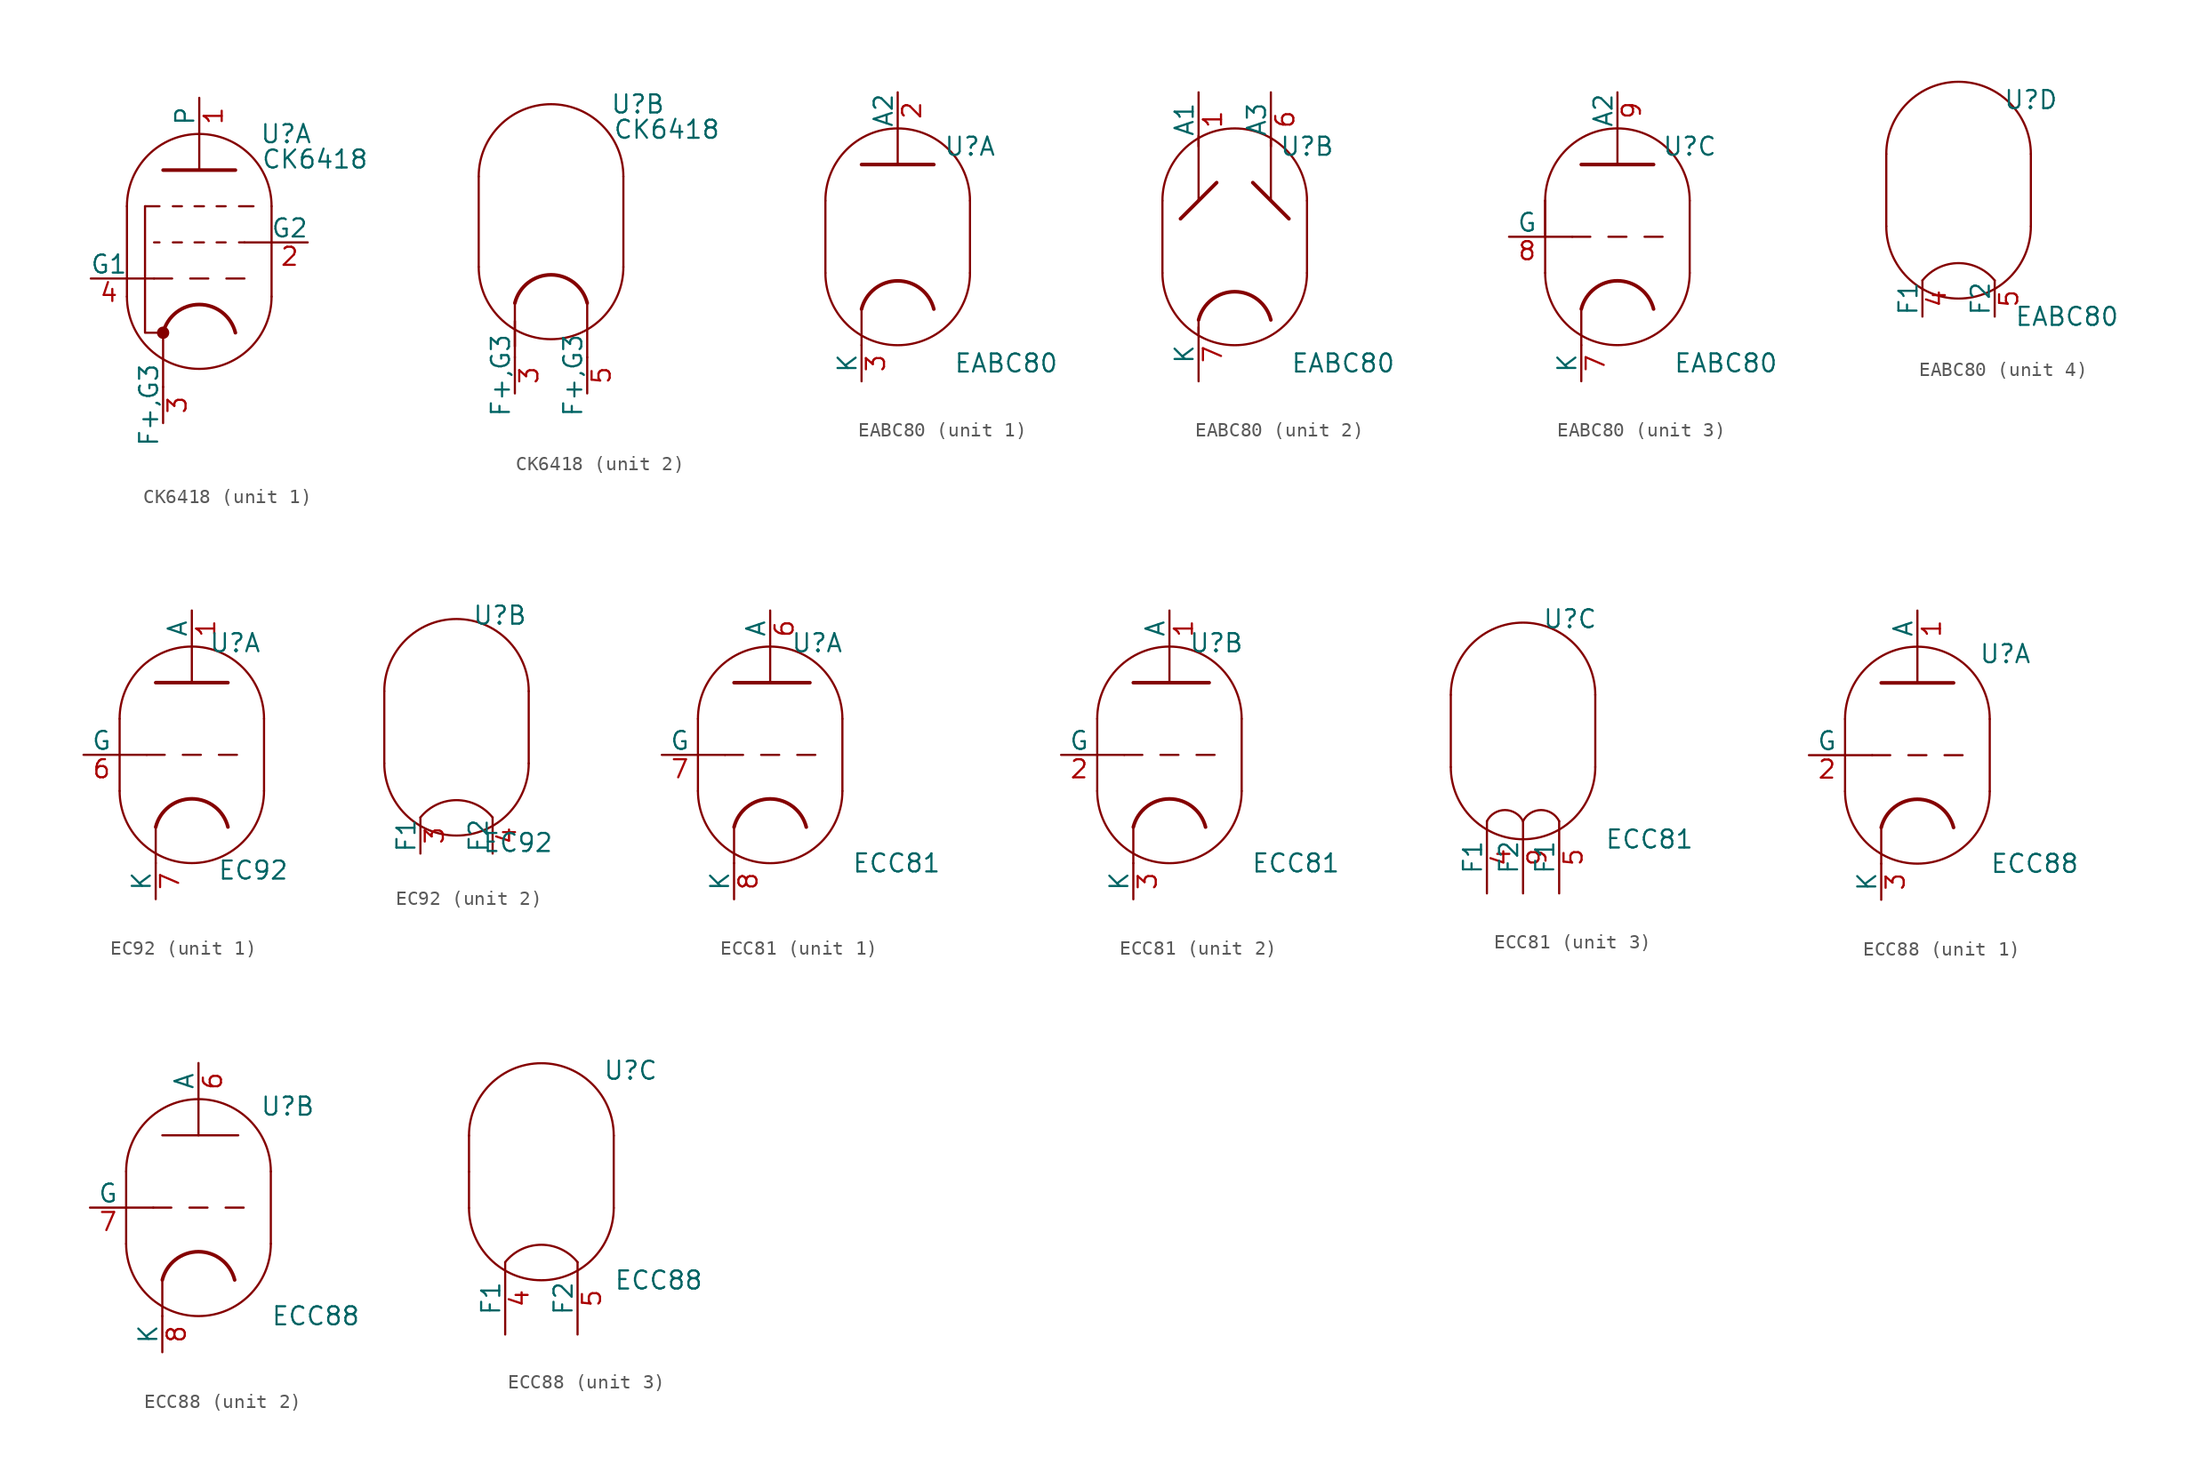
<source format=kicad_sym>
(kicad_symbol_lib
  (version 20201005)
  (generator kicad_symbol_editor)
  (symbol "Valve:CK6418"
    (pin_names
      (offset 0))
    (property "Reference" "U"
      (at 6.096 10.16 0)
      (effects (font (size 1.27 1.27))))
    (property "Value" "CK6418"
      (at 8.128 8.382 0)
      (effects (font (size 1.27 1.27))))
    (property "ki_locked" ""
      (at 0 0 0)
      (effects (font (size 1.27 1.27))))
    (symbol "CK6418_0_1"
      (arc (start 2.54 -3.81) (end -2.54 -3.81) (radius (at 0 -4.445) (length 2.6162) (angles 14.2 165.9)) (stroke (width 0.254)) (fill (type none)))
      (arc (start -5.08 -1.27) (end 5.08 -1.27) (radius (at 0 -1.27) (length 5.08) (angles -179.9 -0.1)) (stroke (width 0)) (fill (type none)))
      (arc (start 5.08 5.08) (end -5.08 5.08) (radius (at 0 5.08) (length 5.08) (angles 0.1 179.9)) (stroke (width 0)) (fill (type none)))
      (polyline (pts (xy -2.54 -7.62) (xy -2.54 -3.81)) (stroke (width 0)) (fill (type none)))
      (polyline (pts (xy -5.08 5.08) (xy -5.08 -1.27) (xy -5.08 -1.27)) (stroke (width 0)) (fill (type none)))
      (polyline (pts (xy 5.08 -1.27) (xy 5.08 5.08) (xy 5.08 5.08)) (stroke (width 0)) (fill (type none)))
      (pin power_in line (at -2.54 -10.16 90) (length 2.54) (name "F+,G3" (effects (font (size 1.27 1.27)))) (number "3" (effects (font (size 1.27 1.27))))))
    (symbol "CK6418_1_0"
      (polyline (pts (xy -5.08 0) (xy -3.175 0)) (stroke (width 0)) (fill (type none)))
      (polyline (pts (xy -0.635 0) (xy 0.635 0)) (stroke (width 0.152)) (fill (type none)))
      (polyline (pts (xy 0 7.62) (xy 0 10.16)) (stroke (width 0)) (fill (type none)))
      (polyline (pts (xy 1.905 0) (xy 3.175 0)) (stroke (width 0.152)) (fill (type none)))
      (polyline (pts (xy 3.175 2.54) (xy 5.08 2.54)) (stroke (width 0)) (fill (type none))))
    (symbol "CK6418_1_1"
      (circle (center -2.54 -3.81) (radius 0.356) (stroke (width 0)) (fill (type outline)))
      (polyline (pts (xy -3.81 5.08) (xy -2.794 5.08)) (stroke (width 0.152)) (fill (type none)))
      (polyline (pts (xy -3.175 2.54) (xy -2.794 2.54)) (stroke (width 0.152)) (fill (type none)))
      (polyline (pts (xy -1.905 0) (xy -3.175 0)) (stroke (width 0.152)) (fill (type none)))
      (polyline (pts (xy -1.854 2.54) (xy -1.219 2.54)) (stroke (width 0.152)) (fill (type none)))
      (polyline (pts (xy -1.854 5.08) (xy -1.219 5.08)) (stroke (width 0.152)) (fill (type none)))
      (polyline (pts (xy -0.33 2.54) (xy 0.33 2.54)) (stroke (width 0.152)) (fill (type none)))
      (polyline (pts (xy -0.33 5.08) (xy 0.33 5.08)) (stroke (width 0.152)) (fill (type none)))
      (polyline (pts (xy 1.219 2.54) (xy 1.854 2.54)) (stroke (width 0.152)) (fill (type none)))
      (polyline (pts (xy 1.219 5.08) (xy 1.854 5.08)) (stroke (width 0.152)) (fill (type none)))
      (polyline (pts (xy 2.794 2.54) (xy 3.175 2.54)) (stroke (width 0.152)) (fill (type none)))
      (polyline (pts (xy 3.81 5.08) (xy 2.794 5.08)) (stroke (width 0.152)) (fill (type none)))
      (polyline (pts (xy -3.81 5.08) (xy -3.81 -3.81) (xy -2.54 -3.81)) (stroke (width 0)) (fill (type none)))
      (polyline (pts (xy -2.54 7.62) (xy 2.54 7.62) (xy 2.54 7.62)) (stroke (width 0.254)) (fill (type none)))
      (pin output line (at 0 12.7 270) (length 2.54) (name "P" (effects (font (size 1.27 1.27)))) (number "1" (effects (font (size 1.27 1.27)))))
      (pin input line (at 7.62 2.54 180) (length 2.54) (name "G2" (effects (font (size 1.27 1.27)))) (number "2" (effects (font (size 1.27 1.27)))))
      (pin input line (at -7.62 0 0) (length 2.54) (name "G1" (effects (font (size 1.27 1.27)))) (number "4" (effects (font (size 1.27 1.27))))))
    (symbol "CK6418_2_1"
      (polyline (pts (xy 2.54 -7.62) (xy 2.54 -3.81)) (stroke (width 0)) (fill (type none)))
      (polyline (pts (xy -2.54 -6.858) (xy -2.54 -5.08) (xy -2.54 -5.08)) (stroke (width 0)) (fill (type none)))
      (pin power_in line (at 2.54 -10.16 90) (length 2.54) (name "F+,G3" (effects (font (size 1.27 1.27)))) (number "5" (effects (font (size 1.27 1.27)))))))
  (symbol "Valve:EABC80"
    (pin_names
      (offset 0))
    (property "Reference" "U"
      (at 5.08 6.35 0)
      (effects (font (size 1.27 1.27))))
    (property "Value" "EABC80"
      (at 7.62 -8.89 0)
      (effects (font (size 1.27 1.27))))
    (property "ki_locked" ""
      (at 0 0 0)
      (effects (font (size 1.27 1.27))))
    (symbol "EABC80_0_1"
      (arc (start -5.08 -2.54) (end 5.08 -2.54) (radius (at 0 -2.54) (length 5.08) (angles -179.9 -0.1)) (stroke (width 0)) (fill (type none)))
      (arc (start 5.08 2.54) (end -5.08 2.54) (radius (at 0 2.54) (length 5.08) (angles 0.1 179.9)) (stroke (width 0)) (fill (type none)))
      (polyline (pts (xy 5.08 2.54) (xy 5.08 -2.54)) (stroke (width 0)) (fill (type none)))
      (polyline (pts (xy -5.08 2.54) (xy -5.08 -2.54) (xy -5.08 -2.54)) (stroke (width 0)) (fill (type none))))
    (symbol "EABC80_1_0"
      (polyline (pts (xy -2.54 -5.08) (xy -2.54 -7.62)) (stroke (width 0)) (fill (type none)))
      (polyline (pts (xy 0 5.08) (xy 0 7.62)) (stroke (width 0)) (fill (type none))))
    (symbol "EABC80_1_1"
      (arc (start 2.54 -5.08) (end -2.54 -5.08) (radius (at 0 -5.715) (length 2.6162) (angles 14.2 165.9)) (stroke (width 0.254)) (fill (type none)))
      (polyline (pts (xy -2.54 5.08) (xy 2.54 5.08) (xy 2.54 5.08) (xy 2.54 5.08)) (stroke (width 0.254)) (fill (type none)))
      (pin output line (at 0 10.16 270) (length 2.54) (name "A2" (effects (font (size 1.27 1.27)))) (number "2" (effects (font (size 1.27 1.27)))))
      (pin input line (at -2.54 -10.16 90) (length 2.54) (name "K" (effects (font (size 1.27 1.27)))) (number "3" (effects (font (size 1.27 1.27))))))
    (symbol "EABC80_2_1"
      (arc (start 2.54 -5.842) (end -2.54 -5.842) (radius (at 0 -6.477) (length 2.6162) (angles 14.2 165.9)) (stroke (width 0.254)) (fill (type none)))
      (polyline (pts (xy -2.54 -6.858) (xy -2.54 -5.842) (xy -2.54 -5.842)) (stroke (width 0)) (fill (type none)))
      (polyline (pts (xy -2.54 7.112) (xy -2.54 2.54) (xy -2.54 2.54)) (stroke (width 0)) (fill (type none)))
      (polyline (pts (xy 1.27 3.81) (xy 3.81 1.27) (xy 3.81 1.27)) (stroke (width 0.254)) (fill (type none)))
      (polyline (pts (xy 2.54 6.858) (xy 2.54 2.54) (xy 2.54 2.54)) (stroke (width 0)) (fill (type none)))
      (polyline (pts (xy -3.81 1.27) (xy -1.27 3.81) (xy -1.27 3.81) (xy -1.27 3.81)) (stroke (width 0.254)) (fill (type none)))
      (pin input line (at -2.54 10.16 270) (length 3.81) (name "A1" (effects (font (size 1.27 1.27)))) (number "1" (effects (font (size 1.27 1.27)))))
      (pin output line (at 2.54 10.16 270) (length 3.81) (name "A3" (effects (font (size 1.27 1.27)))) (number "6" (effects (font (size 1.27 1.27)))))
      (pin input line (at -2.54 -10.16 90) (length 3.81) (name "K" (effects (font (size 1.27 1.27)))) (number "7" (effects (font (size 1.27 1.27))))))
    (symbol "EABC80_3_0"
      (polyline (pts (xy -5.08 0) (xy -3.175 0)) (stroke (width 0)) (fill (type none)))
      (polyline (pts (xy -5.08 2.54) (xy -5.08 0)) (stroke (width 0)) (fill (type none)))
      (polyline (pts (xy -2.54 -5.08) (xy -2.54 -7.62)) (stroke (width 0)) (fill (type none)))
      (polyline (pts (xy 0 5.08) (xy 0 7.62)) (stroke (width 0)) (fill (type none))))
    (symbol "EABC80_3_1"
      (arc (start 2.54 -5.08) (end -2.54 -5.08) (radius (at 0 -5.715) (length 2.6162) (angles 14.2 165.9)) (stroke (width 0.254)) (fill (type none)))
      (polyline (pts (xy -1.905 0) (xy -3.175 0)) (stroke (width 0.152)) (fill (type none)))
      (polyline (pts (xy -0.635 0) (xy 0.635 0)) (stroke (width 0.152)) (fill (type none)))
      (polyline (pts (xy 1.905 0) (xy 3.175 0)) (stroke (width 0.152)) (fill (type none)))
      (polyline (pts (xy -2.54 5.08) (xy 2.54 5.08) (xy 2.54 5.08)) (stroke (width 0.254)) (fill (type none)))
      (pin input line (at -2.54 -10.16 90) (length 2.54) (name "K" (effects (font (size 1.27 1.27)))) (number "7" (effects (font (size 1.27 1.27)))))
      (pin input line (at -7.62 0 0) (length 2.54) (name "G" (effects (font (size 1.27 1.27)))) (number "8" (effects (font (size 1.27 1.27)))))
      (pin output line (at 0 10.16 270) (length 2.54) (name "A2" (effects (font (size 1.27 1.27)))) (number "9" (effects (font (size 1.27 1.27))))))
    (symbol "EABC80_4_1"
      (arc (start -2.54 -6.35) (end 2.54 -6.35) (radius (at 0 -8.382) (length 3.2512) (angles 141.3 38.6)) (stroke (width 0)) (fill (type none)))
      (pin input line (at -2.54 -8.89 90) (length 2.54) (name "F1" (effects (font (size 1.27 1.27)))) (number "4" (effects (font (size 1.27 1.27)))))
      (pin input line (at 2.54 -8.89 90) (length 2.54) (name "F2" (effects (font (size 1.27 1.27)))) (number "5" (effects (font (size 1.27 1.27)))))))
  (symbol "Valve:EC92"
    (pin_names
      (offset 0))
    (property "Reference" "U"
      (at 3.048 7.874 0)
      (effects (font (size 1.27 1.27))))
    (property "Value" "EC92"
      (at 4.318 -8.128 0)
      (effects (font (size 1.27 1.27))))
    (property "ki_locked" ""
      (at 0 0 0)
      (effects (font (size 1.27 1.27))))
    (symbol "EC92_0_1"
      (arc (start -5.08 -2.54) (end 5.08 -2.54) (radius (at 0 -2.54) (length 5.08) (angles -179.9 -0.1)) (stroke (width 0)) (fill (type none)))
      (arc (start 5.08 2.54) (end -5.08 2.54) (radius (at 0 2.54) (length 5.08) (angles 0.1 179.9)) (stroke (width 0)) (fill (type none)))
      (polyline (pts (xy 5.08 2.54) (xy 5.08 -2.54)) (stroke (width 0)) (fill (type none)))
      (polyline (pts (xy -5.08 2.54) (xy -5.08 -2.54) (xy -5.08 -2.54)) (stroke (width 0)) (fill (type none))))
    (symbol "EC92_1_0"
      (polyline (pts (xy -2.54 -5.08) (xy -2.54 -7.62)) (stroke (width 0)) (fill (type none)))
      (polyline (pts (xy -1.905 0) (xy -3.175 0)) (stroke (width 0.152)) (fill (type none)))
      (polyline (pts (xy -0.635 0) (xy 0.635 0)) (stroke (width 0.152)) (fill (type none)))
      (polyline (pts (xy 0 5.08) (xy 0 7.62)) (stroke (width 0)) (fill (type none)))
      (polyline (pts (xy 1.905 0) (xy 3.175 0)) (stroke (width 0.152)) (fill (type none))))
    (symbol "EC92_1_1"
      (arc (start 2.54 -5.08) (end -2.54 -5.08) (radius (at 0 -5.715) (length 2.6162) (angles 14.2 165.9)) (stroke (width 0.254)) (fill (type none)))
      (polyline (pts (xy -5.08 0) (xy -3.175 0)) (stroke (width 0)) (fill (type none)))
      (polyline (pts (xy -2.54 5.08) (xy 2.54 5.08) (xy 2.54 5.08)) (stroke (width 0.254)) (fill (type none)))
      (pin output line (at 0 10.16 270) (length 2.54) (name "A" (effects (font (size 1.27 1.27)))) (number "1" (effects (font (size 1.27 1.27)))))
      (pin input line (at -7.62 0 0) (length 2.54) (name "G" (effects (font (size 1.27 1.27)))) (number "6" (effects (font (size 1.27 1.27)))))
      (pin bidirectional line (at -2.54 -10.16 90) (length 2.54) (name "K" (effects (font (size 1.27 1.27)))) (number "7" (effects (font (size 1.27 1.27))))))
    (symbol "EC92_2_1"
      (arc (start 2.54 -6.35) (end -2.54 -6.35) (radius (at 0 -8.382) (length 3.2512) (angles 38.6 141.3)) (stroke (width 0)) (fill (type none)))
      (pin power_in line (at -2.54 -8.89 90) (length 2.54) (name "F1" (effects (font (size 1.27 1.27)))) (number "3" (effects (font (size 1.27 1.27)))))
      (pin power_in line (at 2.54 -8.89 90) (length 2.54) (name "F2" (effects (font (size 1.27 1.27)))) (number "4" (effects (font (size 1.27 1.27)))))))
  (symbol "Valve:ECC81"
    (pin_names
      (offset 0))
    (property "Reference" "U"
      (at 3.302 7.874 0)
      (effects (font (size 1.27 1.27))))
    (property "Value" "ECC81"
      (at 8.89 -7.62 0)
      (effects (font (size 1.27 1.27))))
    (property "ki_locked" ""
      (at 0 0 0)
      (effects (font (size 1.27 1.27))))
    (symbol "ECC81_0_1"
      (arc (start -5.08 -2.54) (end 5.08 -2.54) (radius (at 0 -2.54) (length 5.08) (angles -179.9 -0.1)) (stroke (width 0)) (fill (type none)))
      (arc (start 5.08 2.54) (end -5.08 2.54) (radius (at 0 2.54) (length 5.08) (angles 0.1 179.9)) (stroke (width 0)) (fill (type none)))
      (polyline (pts (xy 5.08 2.54) (xy 5.08 -2.54)) (stroke (width 0)) (fill (type none)))
      (polyline (pts (xy -5.08 2.54) (xy -5.08 -2.54) (xy -5.08 -2.54)) (stroke (width 0)) (fill (type none))))
    (symbol "ECC81_1_0"
      (polyline (pts (xy -2.54 -5.08) (xy -2.54 -7.62)) (stroke (width 0)) (fill (type none)))
      (polyline (pts (xy 0 5.08) (xy 0 7.62)) (stroke (width 0)) (fill (type none))))
    (symbol "ECC81_1_1"
      (arc (start 2.54 -5.08) (end -2.54 -5.08) (radius (at 0 -5.715) (length 2.6162) (angles 14.2 165.9)) (stroke (width 0.254)) (fill (type none)))
      (polyline (pts (xy -5.08 0) (xy -3.175 0)) (stroke (width 0)) (fill (type none)))
      (polyline (pts (xy -1.905 0) (xy -3.175 0)) (stroke (width 0.152)) (fill (type none)))
      (polyline (pts (xy -0.635 0) (xy 0.635 0)) (stroke (width 0.152)) (fill (type none)))
      (polyline (pts (xy 1.905 0) (xy 3.175 0)) (stroke (width 0.152)) (fill (type none)))
      (polyline (pts (xy -2.54 5.08) (xy 2.794 5.08) (xy 2.794 5.08)) (stroke (width 0.254)) (fill (type none)))
      (pin output line (at 0 10.16 270) (length 2.54) (name "A" (effects (font (size 1.27 1.27)))) (number "6" (effects (font (size 1.27 1.27)))))
      (pin input line (at -7.62 0 0) (length 2.54) (name "G" (effects (font (size 1.27 1.27)))) (number "7" (effects (font (size 1.27 1.27)))))
      (pin bidirectional line (at -2.54 -10.16 90) (length 2.54) (name "K" (effects (font (size 1.27 1.27)))) (number "8" (effects (font (size 1.27 1.27))))))
    (symbol "ECC81_2_0"
      (polyline (pts (xy -2.54 -5.08) (xy -2.54 -7.62)) (stroke (width 0)) (fill (type none)))
      (polyline (pts (xy 0 5.08) (xy 0 7.62)) (stroke (width 0)) (fill (type none))))
    (symbol "ECC81_2_1"
      (arc (start 2.54 -5.08) (end -2.54 -5.08) (radius (at 0 -5.715) (length 2.6162) (angles 14.2 165.9)) (stroke (width 0.254)) (fill (type none)))
      (polyline (pts (xy -5.08 0) (xy -3.175 0)) (stroke (width 0)) (fill (type none)))
      (polyline (pts (xy -1.905 0) (xy -3.175 0)) (stroke (width 0.152)) (fill (type none)))
      (polyline (pts (xy -0.635 0) (xy 0.635 0)) (stroke (width 0.152)) (fill (type none)))
      (polyline (pts (xy 1.905 0) (xy 3.175 0)) (stroke (width 0.152)) (fill (type none)))
      (polyline (pts (xy -2.54 5.08) (xy 2.794 5.08) (xy 2.794 5.08)) (stroke (width 0.254)) (fill (type none)))
      (pin output line (at 0 10.16 270) (length 2.54) (name "A" (effects (font (size 1.27 1.27)))) (number "1" (effects (font (size 1.27 1.27)))))
      (pin input line (at -7.62 0 0) (length 2.54) (name "G" (effects (font (size 1.27 1.27)))) (number "2" (effects (font (size 1.27 1.27)))))
      (pin bidirectional line (at -2.54 -10.16 90) (length 2.54) (name "K" (effects (font (size 1.27 1.27)))) (number "3" (effects (font (size 1.27 1.27))))))
    (symbol "ECC81_3_1"
      (arc (start 0 -6.35) (end -2.54 -6.35) (radius (at -1.27 -6.985) (length 1.397) (angles 26.5 153.4)) (stroke (width 0)) (fill (type none)))
      (arc (start 2.54 -6.35) (end 0 -6.35) (radius (at 1.27 -6.985) (length 1.397) (angles 26.5 153.4)) (stroke (width 0)) (fill (type none)))
      (pin power_in line (at -2.54 -11.43 90) (length 5.08) (name "F1" (effects (font (size 1.27 1.27)))) (number "4" (effects (font (size 1.27 1.27)))))
      (pin power_in line (at 2.54 -11.43 90) (length 5.08) (name "F1" (effects (font (size 1.27 1.27)))) (number "5" (effects (font (size 1.27 1.27)))))
      (pin power_in line (at 0 -11.43 90) (length 5.08) (name "F2" (effects (font (size 1.27 1.27)))) (number "9" (effects (font (size 1.27 1.27)))))))
  (symbol "Valve:ECC88"
    (pin_names
      (offset 0))
    (property "Reference" "U"
      (at 4.318 7.112 0)
      (effects (font (size 1.27 1.27)) (justify left)))
    (property "Value" "ECC88"
      (at 5.08 -7.62 0)
      (effects (font (size 1.27 1.27)) (justify left)))
    (property "ki_locked" ""
      (at 0 0 0)
      (effects (font (size 1.27 1.27))))
    (symbol "ECC88_0_1"
      (arc (start -5.08 -2.54) (end 5.08 -2.54) (radius (at 0 -2.54) (length 5.08) (angles -179.9 -0.1)) (stroke (width 0)) (fill (type none)))
      (arc (start 5.08 2.54) (end -5.08 2.54) (radius (at 0 2.54) (length 5.08) (angles 0.1 179.9)) (stroke (width 0)) (fill (type none)))
      (polyline (pts (xy -5.08 0) (xy -5.08 -2.54)) (stroke (width 0)) (fill (type none)))
      (polyline (pts (xy -5.08 2.54) (xy -5.08 0)) (stroke (width 0)) (fill (type none)))
      (polyline (pts (xy 5.08 2.54) (xy 5.08 -2.54)) (stroke (width 0)) (fill (type none))))
    (symbol "ECC88_1_0"
      (polyline (pts (xy -2.54 -5.08) (xy -2.54 -7.62)) (stroke (width 0)) (fill (type none)))
      (polyline (pts (xy 0 5.08) (xy 0 7.62)) (stroke (width 0)) (fill (type none))))
    (symbol "ECC88_1_1"
      (arc (start 2.54 -5.08) (end -2.54 -5.08) (radius (at 0 -5.715) (length 2.6162) (angles 14.2 165.9)) (stroke (width 0.254)) (fill (type none)))
      (polyline (pts (xy -5.08 0) (xy -3.175 0)) (stroke (width 0)) (fill (type none)))
      (polyline (pts (xy -1.905 0) (xy -3.175 0)) (stroke (width 0.152)) (fill (type none)))
      (polyline (pts (xy -0.635 0) (xy 0.635 0)) (stroke (width 0.152)) (fill (type none)))
      (polyline (pts (xy 1.905 0) (xy 3.175 0)) (stroke (width 0.152)) (fill (type none)))
      (polyline (pts (xy -2.54 5.08) (xy 2.54 5.08) (xy 2.54 5.08)) (stroke (width 0.254)) (fill (type none)))
      (pin output line (at 0 10.16 270) (length 2.54) (name "A" (effects (font (size 1.27 1.27)))) (number "1" (effects (font (size 1.27 1.27)))))
      (pin input line (at -7.62 0 0) (length 2.54) (name "G" (effects (font (size 1.27 1.27)))) (number "2" (effects (font (size 1.27 1.27)))))
      (pin bidirectional line (at -2.54 -10.16 90) (length 2.54) (name "K" (effects (font (size 1.27 1.27)))) (number "3" (effects (font (size 1.27 1.27))))))
    (symbol "ECC88_2_0"
      (polyline (pts (xy -5.08 0) (xy -3.175 0)) (stroke (width 0)) (fill (type none)))
      (polyline (pts (xy -2.54 -5.08) (xy -2.54 -7.62)) (stroke (width 0)) (fill (type none)))
      (polyline (pts (xy -1.905 0) (xy -3.175 0)) (stroke (width 0.152)) (fill (type none)))
      (polyline (pts (xy -0.635 0) (xy 0.635 0)) (stroke (width 0.152)) (fill (type none)))
      (polyline (pts (xy 0 5.08) (xy 0 7.62)) (stroke (width 0)) (fill (type none)))
      (polyline (pts (xy 1.905 0) (xy 3.175 0)) (stroke (width 0.152)) (fill (type none)))
      (polyline (pts (xy 2.794 5.08) (xy -2.54 5.08) (xy -2.54 5.08)) (stroke (width 0.152)) (fill (type none))))
    (symbol "ECC88_2_1"
      (arc (start 2.54 -5.08) (end -2.54 -5.08) (radius (at 0 -5.715) (length 2.6162) (angles 14.2 165.9)) (stroke (width 0.254)) (fill (type none)))
      (pin output line (at 0 10.16 270) (length 2.54) (name "A" (effects (font (size 1.27 1.27)))) (number "6" (effects (font (size 1.27 1.27)))))
      (pin input line (at -7.62 0 0) (length 2.54) (name "G" (effects (font (size 1.27 1.27)))) (number "7" (effects (font (size 1.27 1.27)))))
      (pin bidirectional line (at -2.54 -10.16 90) (length 2.54) (name "K" (effects (font (size 1.27 1.27)))) (number "8" (effects (font (size 1.27 1.27))))))
    (symbol "ECC88_3_1"
      (arc (start 2.54 -6.35) (end -2.54 -6.35) (radius (at 0 -8.382) (length 3.2512) (angles 38.6 141.3)) (stroke (width 0)) (fill (type none)))
      (pin power_in line (at -2.54 -11.43 90) (length 5.08) (name "F1" (effects (font (size 1.27 1.27)))) (number "4" (effects (font (size 1.27 1.27)))))
      (pin power_in line (at 2.54 -11.43 90) (length 5.08) (name "F2" (effects (font (size 1.27 1.27)))) (number "5" (effects (font (size 1.27 1.27))))))))
</source>
